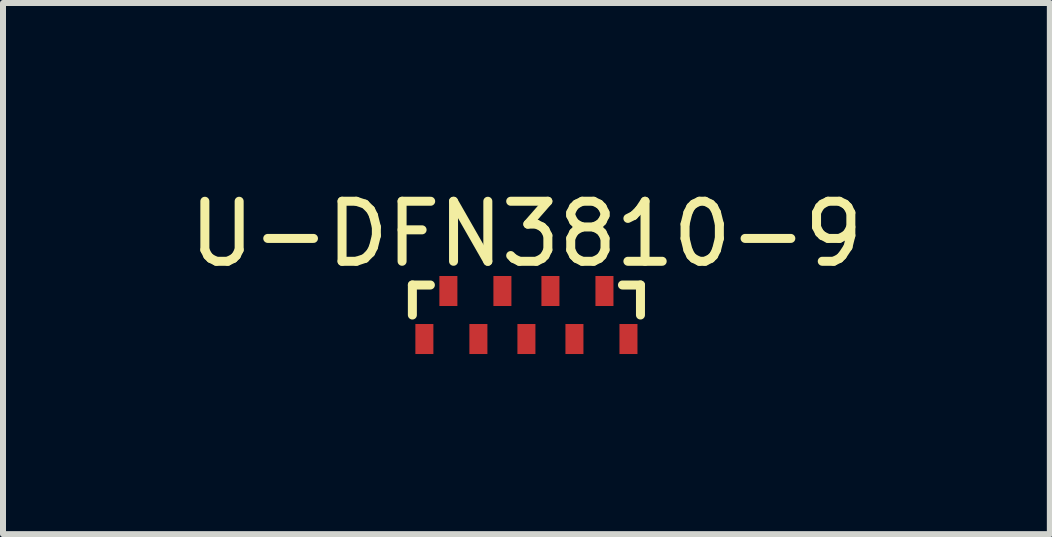
<source format=kicad_pcb>
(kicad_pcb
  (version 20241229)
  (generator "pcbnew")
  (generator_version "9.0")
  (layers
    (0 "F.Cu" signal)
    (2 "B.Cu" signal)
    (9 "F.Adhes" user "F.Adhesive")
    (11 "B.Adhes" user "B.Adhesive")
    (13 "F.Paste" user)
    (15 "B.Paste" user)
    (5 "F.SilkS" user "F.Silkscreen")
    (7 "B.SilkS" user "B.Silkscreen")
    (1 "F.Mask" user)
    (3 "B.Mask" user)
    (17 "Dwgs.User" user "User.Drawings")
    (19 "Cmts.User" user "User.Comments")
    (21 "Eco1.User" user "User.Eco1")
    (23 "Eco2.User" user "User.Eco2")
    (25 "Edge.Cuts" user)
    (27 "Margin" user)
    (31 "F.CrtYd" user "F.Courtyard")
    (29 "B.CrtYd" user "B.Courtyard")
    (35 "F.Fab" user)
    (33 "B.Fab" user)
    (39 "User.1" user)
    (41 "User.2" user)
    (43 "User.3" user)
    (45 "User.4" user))
  (footprint "U-DFN3810-9"
    (layer "F.Cu")
    (at 5.72 2.198)
    (property "Reference" "U-DFN3810-9" (at 0 -1.35 0) (layer "F.SilkS") (effects (font (size 1 1) (thickness 0.15))))
    (attr through_hole)
    (fp_line (start -1.9 -0.5) (end -1.9 0) (stroke (width 0.15) (type solid)) (layer "F.SilkS"))
    (fp_line (start -1.9 -0.5) (end -1.6 -0.5) (stroke (width 0.15) (type solid)) (layer "F.SilkS"))
    (fp_line (start 1.9 -0.5) (end 1.6 -0.5) (stroke (width 0.15) (type solid)) (layer "F.SilkS"))
    (fp_line (start 1.9 -0.5) (end 1.9 0) (stroke (width 0.15) (type solid)) (layer "F.SilkS"))
    (pad "1" smd rect (at -1.7 0.4) (size 0.3 0.5) (layers "F.Cu" "F.Mask" "F.Paste"))
    (pad "2" smd rect (at -1.3 -0.4) (size 0.3 0.5) (layers "F.Cu" "F.Mask" "F.Paste"))
    (pad "3" smd rect (at -0.8 0.4) (size 0.3 0.5) (layers "F.Cu" "F.Mask" "F.Paste"))
    (pad "4" smd rect (at -0.4 -0.4) (size 0.3 0.5) (layers "F.Cu" "F.Mask" "F.Paste"))
    (pad "5" smd rect (at 0 0.4) (size 0.3 0.5) (layers "F.Cu" "F.Mask" "F.Paste"))
    (pad "6" smd rect (at 0.4 -0.4) (size 0.3 0.5) (layers "F.Cu" "F.Mask" "F.Paste"))
    (pad "7" smd rect (at 0.8 0.4) (size 0.3 0.5) (layers "F.Cu" "F.Mask" "F.Paste"))
    (pad "8" smd rect (at 1.3 -0.4) (size 0.3 0.5) (layers "F.Cu" "F.Mask" "F.Paste"))
    (pad "9" smd rect (at 1.7 0.4) (size 0.3 0.5) (layers "F.Cu" "F.Mask" "F.Paste")))
  (gr_rect
    (start -3 -3)
    (end 14.44 5.848)
    (stroke (width 0.1) (type default))
    (fill no)
    (layer "Edge.Cuts")))
</source>
